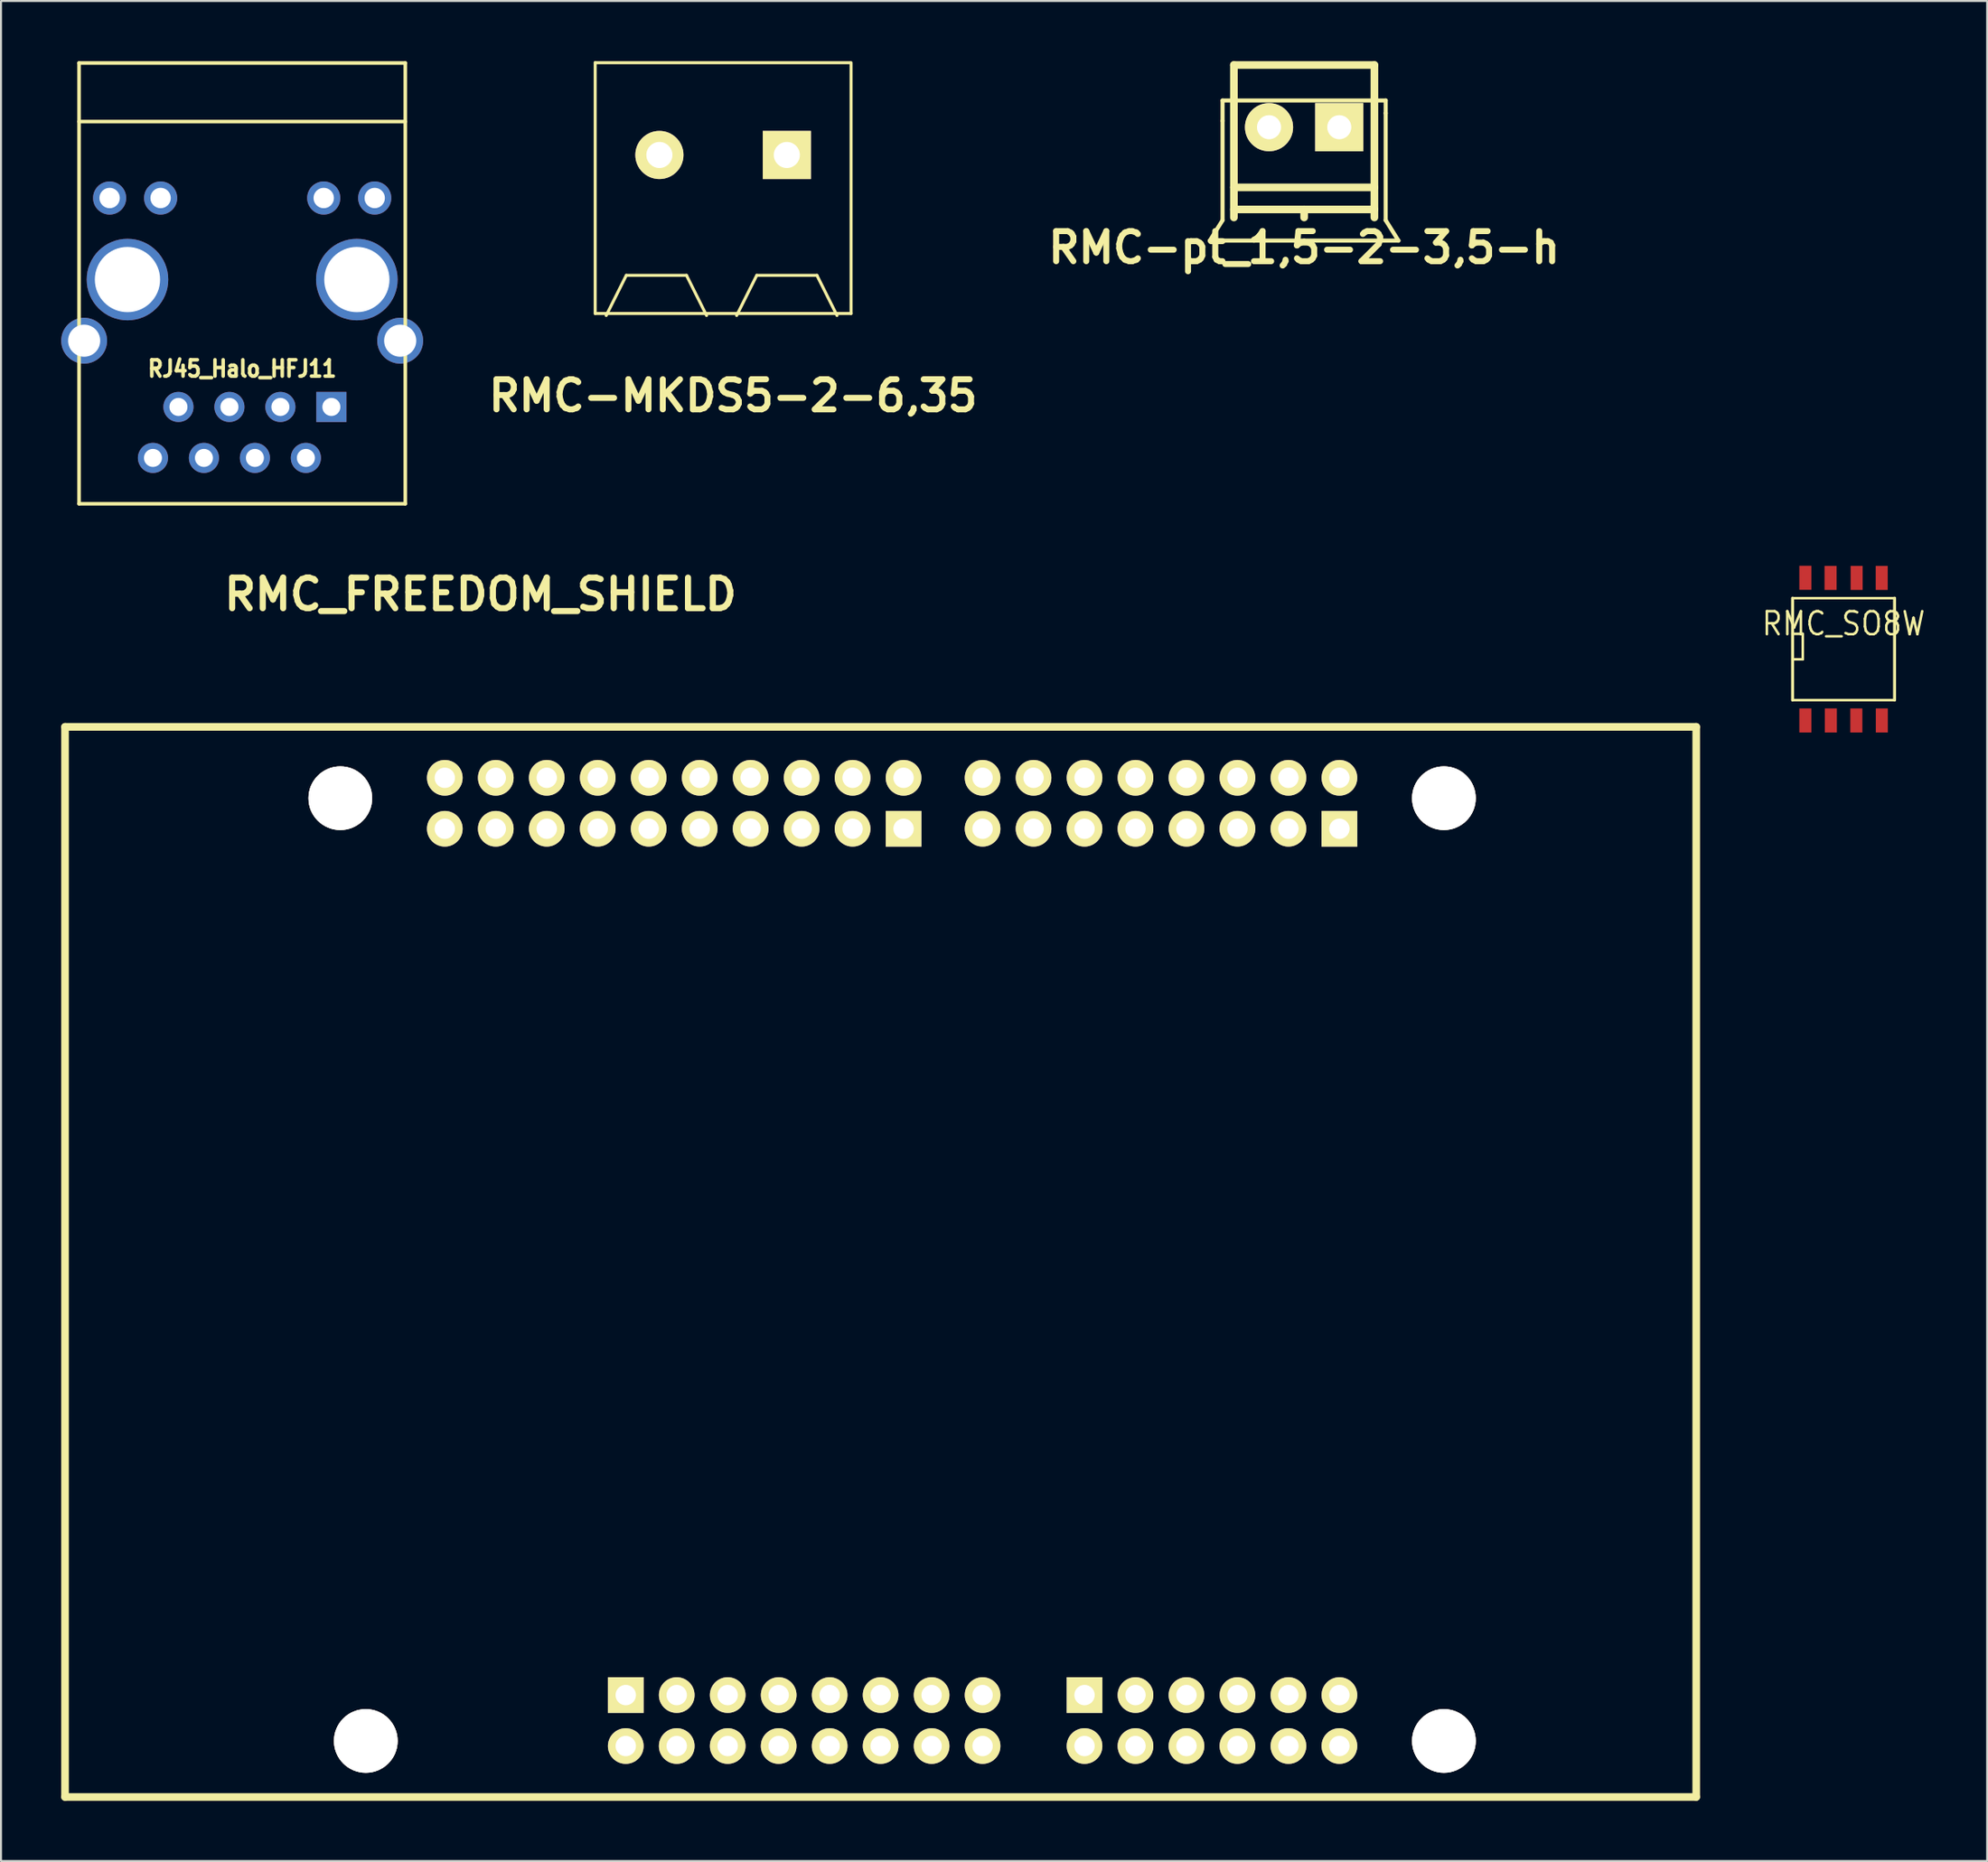
<source format=kicad_pcb>
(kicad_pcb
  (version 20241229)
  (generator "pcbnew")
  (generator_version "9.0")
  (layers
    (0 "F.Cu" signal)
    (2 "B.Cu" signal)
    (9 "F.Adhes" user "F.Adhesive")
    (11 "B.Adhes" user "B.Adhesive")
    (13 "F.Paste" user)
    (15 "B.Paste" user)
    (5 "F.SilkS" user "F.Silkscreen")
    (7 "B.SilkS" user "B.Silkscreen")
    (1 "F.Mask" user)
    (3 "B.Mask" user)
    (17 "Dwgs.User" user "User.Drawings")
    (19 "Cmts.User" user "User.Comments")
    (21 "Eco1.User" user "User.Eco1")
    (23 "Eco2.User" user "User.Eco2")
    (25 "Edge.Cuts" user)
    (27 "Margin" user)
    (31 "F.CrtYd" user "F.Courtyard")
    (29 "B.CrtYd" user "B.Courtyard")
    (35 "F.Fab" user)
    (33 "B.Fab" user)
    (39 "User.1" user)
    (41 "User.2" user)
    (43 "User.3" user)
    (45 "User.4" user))
  (footprint "RMC-MKDS5-2-6,35"
    (layer "F.Cu")
    (at 32.977 4.675)
    (property "Reference" "RMC-MKDS5-2-6,35" (at 0.5 12 0) (layer "F.SilkS") (effects (font (size 1.5 1.5) (thickness 0.3))))
    (attr through_hole)
    (fp_line (start -6.37 -4.6) (end 6.33 -4.6) (stroke (width 0.15) (type solid)) (layer "F.SilkS"))
    (fp_line (start -6.37 7.9) (end -6.37 -4.6) (stroke (width 0.15) (type solid)) (layer "F.SilkS"))
    (fp_line (start -5.82 8) (end -4.82 6) (stroke (width 0.15) (type solid)) (layer "F.SilkS"))
    (fp_line (start -4.82 6) (end -1.82 6) (stroke (width 0.15) (type solid)) (layer "F.SilkS"))
    (fp_line (start -1.82 6) (end -0.82 8) (stroke (width 0.15) (type solid)) (layer "F.SilkS"))
    (fp_line (start 1.68 6) (end 0.68 8) (stroke (width 0.15) (type solid)) (layer "F.SilkS"))
    (fp_line (start 4.68 6) (end 1.68 6) (stroke (width 0.15) (type solid)) (layer "F.SilkS"))
    (fp_line (start 5.68 8) (end 4.68 6) (stroke (width 0.15) (type solid)) (layer "F.SilkS"))
    (fp_line (start 6.38 -4.6) (end 6.38 7.9) (stroke (width 0.15) (type solid)) (layer "F.SilkS"))
    (fp_line (start 6.38 7.9) (end -6.37 7.9) (stroke (width 0.15) (type solid)) (layer "F.SilkS"))
    (pad "1" thru_hole rect (at 3.18 0) (size 2.4 2.4) (drill 1.3) (layers "*.Cu" "*.Mask" "F.SilkS"))
    (pad "2" thru_hole circle (at -3.17 0) (size 2.4 2.4) (drill 1.3) (layers "*.Cu" "*.Mask" "F.SilkS")))
  (footprint "RJ45_Halo_HFJ11"
    (layer "F.Cu")
    (at 9.017 10.884)
    (property "Reference" "RJ45_Halo_HFJ11" (at 0 4.445 0) (layer "F.SilkS") (effects (font (size 0.813 0.711) (thickness 0.178))))
    (attr through_hole)
    (fp_line (start -8.128 -7.874) (end 8.128 -7.874) (stroke (width 0.178) (type solid)) (layer "F.SilkS"))
    (fp_line (start -8.128 11.176) (end -8.128 -10.795) (stroke (width 0.178) (type solid)) (layer "F.SilkS"))
    (fp_line (start -8.128 11.176) (end 8.128 11.176) (stroke (width 0.178) (type solid)) (layer "F.SilkS"))
    (fp_line (start 8.128 -10.795) (end -8.128 -10.795) (stroke (width 0.178) (type solid)) (layer "F.SilkS"))
    (fp_line (start 8.128 11.176) (end 8.128 -10.795) (stroke (width 0.178) (type solid)) (layer "F.SilkS"))
    (pad "1" thru_hole rect (at 4.445 6.35 180) (size 1.501 1.501) (drill 0.899) (layers "*.Cu" "*.Mask"))
    (pad "2" thru_hole circle (at 3.175 8.89 180) (size 1.501 1.501) (drill 0.899) (layers "*.Cu" "*.Mask"))
    (pad "3" thru_hole circle (at 1.905 6.35 180) (size 1.501 1.501) (drill 0.899) (layers "*.Cu" "*.Mask"))
    (pad "4" thru_hole circle (at 0.635 8.89 180) (size 1.501 1.501) (drill 0.899) (layers "*.Cu" "*.Mask"))
    (pad "5" thru_hole circle (at -0.635 6.35 180) (size 1.501 1.501) (drill 0.899) (layers "*.Cu" "*.Mask"))
    (pad "6" thru_hole circle (at -1.905 8.89 180) (size 1.501 1.501) (drill 0.899) (layers "*.Cu" "*.Mask"))
    (pad "7" thru_hole circle (at -3.175 6.35 180) (size 1.501 1.501) (drill 0.899) (layers "*.Cu" "*.Mask"))
    (pad "8" thru_hole circle (at -4.445 8.89 180) (size 1.501 1.501) (drill 0.899) (layers "*.Cu" "*.Mask"))
    (pad "9" thru_hole circle (at 6.604 -4.064 180) (size 1.651 1.651) (drill 1.016) (layers "*.Cu" "*.Mask"))
    (pad "10" thru_hole circle (at 4.064 -4.064 180) (size 1.651 1.651) (drill 1.016) (layers "*.Cu" "*.Mask"))
    (pad "11" thru_hole circle (at -4.064 -4.064 180) (size 1.651 1.651) (drill 1.016) (layers "*.Cu" "*.Mask"))
    (pad "12" thru_hole circle (at -6.604 -4.064 180) (size 1.651 1.651) (drill 1.016) (layers "*.Cu" "*.Mask"))
    (pad "13" thru_hole circle (at -7.874 3.048 180) (size 2.286 2.286) (drill 1.6) (layers "*.Cu" "*.Mask"))
    (pad "13" thru_hole circle (at -5.715 0 180) (size 4.064 4.064) (drill 3.251) (layers "*.Cu" "*.Mask"))
    (pad "13" thru_hole circle (at 5.715 0 180) (size 4.064 4.064) (drill 3.251) (layers "*.Cu" "*.Mask"))
    (pad "13" thru_hole circle (at 7.874 3.048 180) (size 2.286 2.286) (drill 1.6) (layers "*.Cu" "*.Mask")))
  (footprint "RMC-pt_1,5-2-3,5-h"
    (layer "F.Cu")
    (at 61.934 3.99)
    (property "Reference" "RMC-pt_1,5-2-3,5-h" (at 0 5.3 0) (layer "F.SilkS") (effects (font (size 1.5 1.5) (thickness 0.3))))
    (attr through_hole)
    (fp_line (start -4.699 4.953) (end -4.064 3.937) (stroke (width 0.203) (type solid)) (layer "F.SilkS"))
    (fp_line (start -4.064 -2.032) (end -4.064 -1.016) (stroke (width 0.203) (type solid)) (layer "F.SilkS"))
    (fp_line (start -4.064 -1.016) (end -4.064 3.937) (stroke (width 0.203) (type solid)) (layer "F.SilkS"))
    (fp_line (start -3.5 -3.8) (end -3.5 3.8) (stroke (width 0.381) (type solid)) (layer "F.SilkS"))
    (fp_line (start -3.5 2.3) (end 3.5 2.3) (stroke (width 0.381) (type solid)) (layer "F.SilkS"))
    (fp_line (start -3.5 3.4) (end 3.5 3.4) (stroke (width 0.381) (type solid)) (layer "F.SilkS"))
    (fp_line (start 0 3.4) (end 0 3.8) (stroke (width 0.381) (type solid)) (layer "F.SilkS"))
    (fp_line (start 0 4.953) (end -4.699 4.953) (stroke (width 0.203) (type solid)) (layer "F.SilkS"))
    (fp_line (start 0 4.953) (end 4.699 4.953) (stroke (width 0.203) (type solid)) (layer "F.SilkS"))
    (fp_line (start 3.5 -3.8) (end -3.5 -3.8) (stroke (width 0.381) (type solid)) (layer "F.SilkS"))
    (fp_line (start 3.5 3.8) (end 3.5 -3.8) (stroke (width 0.381) (type solid)) (layer "F.SilkS"))
    (fp_line (start 4.064 -2.032) (end -4.064 -2.032) (stroke (width 0.203) (type solid)) (layer "F.SilkS"))
    (fp_line (start 4.064 -1.397) (end 4.064 -2.032) (stroke (width 0.203) (type solid)) (layer "F.SilkS"))
    (fp_line (start 4.064 -1.397) (end 4.064 3.937) (stroke (width 0.203) (type solid)) (layer "F.SilkS"))
    (fp_line (start 4.064 3.937) (end 4.699 4.953) (stroke (width 0.203) (type solid)) (layer "F.SilkS"))
    (pad "1" thru_hole rect (at 1.75 -0.7) (size 2.4 2.4) (drill 1.2) (layers "*.Cu" "*.Mask" "F.SilkS"))
    (pad "2" thru_hole circle (at -1.75 -0.7) (size 2.4 2.4) (drill 1.2) (layers "*.Cu" "*.Mask" "F.SilkS")))
  (footprint "RMC_SO8W"
    (layer "F.Cu")
    (at 88.814 29.305)
    (property "Reference" "RMC_SO8W" (at 0 -1.27 0) (layer "F.SilkS") (effects (font (size 1.143 1.016) (thickness 0.127))))
    (attr smd)
    (fp_line (start -2.54 -2.54) (end 2.54 -2.54) (stroke (width 0.127) (type solid)) (layer "F.SilkS"))
    (fp_line (start -2.54 -0.762) (end -2.032 -0.762) (stroke (width 0.127) (type solid)) (layer "F.SilkS"))
    (fp_line (start -2.54 2.54) (end -2.54 -2.54) (stroke (width 0.15) (type solid)) (layer "F.SilkS"))
    (fp_line (start -2.032 -0.762) (end -2.032 0.508) (stroke (width 0.127) (type solid)) (layer "F.SilkS"))
    (fp_line (start -2.032 0.508) (end -2.54 0.508) (stroke (width 0.127) (type solid)) (layer "F.SilkS"))
    (fp_line (start 2.54 -2.54) (end 2.54 2.54) (stroke (width 0.15) (type solid)) (layer "F.SilkS"))
    (fp_line (start 2.54 2.54) (end -2.54 2.54) (stroke (width 0.127) (type solid)) (layer "F.SilkS"))
    (pad "1" smd rect (at -1.905 3.556) (size 0.6 1.2) (layers "F.Cu" "F.Mask" "F.Paste"))
    (pad "2" smd rect (at -0.635 3.556) (size 0.6 1.2) (layers "F.Cu" "F.Mask" "F.Paste"))
    (pad "3" smd rect (at 0.635 3.556) (size 0.6 1.2) (layers "F.Cu" "F.Mask" "F.Paste"))
    (pad "4" smd rect (at 1.905 3.556) (size 0.6 1.2) (layers "F.Cu" "F.Mask" "F.Paste"))
    (pad "5" smd rect (at 1.9 -3.55) (size 0.6 1.2) (layers "F.Cu" "F.Mask" "F.Paste"))
    (pad "6" smd rect (at 0.65 -3.55) (size 0.6 1.2) (layers "F.Cu" "F.Mask" "F.Paste"))
    (pad "7" smd rect (at -0.65 -3.55) (size 0.6 1.2) (layers "F.Cu" "F.Mask" "F.Paste"))
    (pad "8" smd rect (at -1.905 -3.556) (size 0.6 1.2) (layers "F.Cu" "F.Mask" "F.Paste")))
  (footprint "RMC_FREEDOM_SHIELD"
    (layer "F.Cu")
    (at 15.177 83.725)
    (property "Reference" "RMC_FREEDOM_SHIELD" (at 5.715 -57.15 0) (layer "F.SilkS") (effects (font (size 1.524 1.524) (thickness 0.305))))
    (attr through_hole)
    (fp_line (start -14.986 -50.546) (end 66.294 -50.546) (stroke (width 0.381) (type solid)) (layer "F.SilkS"))
    (fp_line (start -14.986 2.794) (end -14.986 -50.546) (stroke (width 0.381) (type solid)) (layer "F.SilkS"))
    (fp_line (start -14.986 2.794) (end 66.294 2.794) (stroke (width 0.381) (type solid)) (layer "F.SilkS"))
    (fp_line (start 66.294 2.794) (end 66.294 -50.546) (stroke (width 0.381) (type solid)) (layer "F.SilkS"))
    (pad "" thru_hole circle (at -1.27 -46.99 90) (size 3.175 3.175) (drill 3.175) (layers "*.Cu" "*.Mask" "F.SilkS"))
    (pad "" thru_hole circle (at 0 0 90) (size 3.175 3.175) (drill 3.175) (layers "*.Cu" "*.Mask" "F.SilkS"))
    (pad "" thru_hole circle (at 53.721 -46.99 90) (size 3.175 3.175) (drill 3.175) (layers "*.Cu" "*.Mask" "F.SilkS"))
    (pad "" thru_hole circle (at 53.721 0 90) (size 3.175 3.175) (drill 3.175) (layers "*.Cu" "*.Mask" "F.SilkS"))
    (pad "1" thru_hole circle (at 45.974 -48.006 90) (size 1.778 1.778) (drill 1.016) (layers "*.Cu" "*.Mask" "F.SilkS"))
    (pad "2" thru_hole circle (at 43.434 -48.006 90) (size 1.778 1.778) (drill 1.016) (layers "*.Cu" "*.Mask" "F.SilkS"))
    (pad "3" thru_hole circle (at 40.894 -48.006 90) (size 1.778 1.778) (drill 1.016) (layers "*.Cu" "*.Mask" "F.SilkS"))
    (pad "3V3" thru_hole circle (at 20.574 0.254 90) (size 1.778 1.778) (drill 1.016) (layers "*.Cu" "*.Mask" "F.SilkS"))
    (pad "4" thru_hole circle (at 38.354 -48.006 90) (size 1.778 1.778) (drill 1.016) (layers "*.Cu" "*.Mask" "F.SilkS"))
    (pad "5" thru_hole circle (at 35.814 -48.006 90) (size 1.778 1.778) (drill 1.016) (layers "*.Cu" "*.Mask" "F.SilkS"))
    (pad "5V" thru_hole circle (at 23.114 0.254 90) (size 1.778 1.778) (drill 1.016) (layers "*.Cu" "*.Mask" "F.SilkS"))
    (pad "6" thru_hole circle (at 33.274 -48.006 90) (size 1.778 1.778) (drill 1.016) (layers "*.Cu" "*.Mask" "F.SilkS"))
    (pad "7" thru_hole circle (at 30.734 -48.006 90) (size 1.778 1.778) (drill 1.016) (layers "*.Cu" "*.Mask" "F.SilkS"))
    (pad "8" thru_hole circle (at 26.797 -48.006 90) (size 1.778 1.778) (drill 1.016) (layers "*.Cu" "*.Mask" "F.SilkS"))
    (pad "9" thru_hole circle (at 24.257 -48.006 90) (size 1.778 1.778) (drill 1.016) (layers "*.Cu" "*.Mask" "F.SilkS"))
    (pad "10" thru_hole circle (at 21.717 -48.006 90) (size 1.778 1.778) (drill 1.016) (layers "*.Cu" "*.Mask" "F.SilkS"))
    (pad "11" thru_hole circle (at 19.177 -48.006 90) (size 1.778 1.778) (drill 1.016) (layers "*.Cu" "*.Mask" "F.SilkS"))
    (pad "12" thru_hole circle (at 16.637 -48.006 90) (size 1.778 1.778) (drill 1.016) (layers "*.Cu" "*.Mask" "F.SilkS"))
    (pad "13" thru_hole circle (at 14.097 -48.006 90) (size 1.778 1.778) (drill 1.016) (layers "*.Cu" "*.Mask" "F.SilkS"))
    (pad "21" thru_hole circle (at 45.974 -45.466 90) (size 1.778 1.778) (drill 1.016) (layers "*.Cu" "*.Mask" "F.SilkS"))
    (pad "22" thru_hole circle (at 43.434 -45.466 90) (size 1.778 1.778) (drill 1.016) (layers "*.Cu" "*.Mask" "F.SilkS"))
    (pad "23" thru_hole circle (at 40.894 -45.466 90) (size 1.778 1.778) (drill 1.016) (layers "*.Cu" "*.Mask" "F.SilkS"))
    (pad "24" thru_hole circle (at 38.354 -45.466 90) (size 1.778 1.778) (drill 1.016) (layers "*.Cu" "*.Mask" "F.SilkS"))
    (pad "25" thru_hole circle (at 35.814 -45.466 90) (size 1.778 1.778) (drill 1.016) (layers "*.Cu" "*.Mask" "F.SilkS"))
    (pad "26" thru_hole circle (at 33.274 -45.466 90) (size 1.778 1.778) (drill 1.016) (layers "*.Cu" "*.Mask" "F.SilkS"))
    (pad "27" thru_hole circle (at 30.734 -45.466 90) (size 1.778 1.778) (drill 1.016) (layers "*.Cu" "*.Mask" "F.SilkS"))
    (pad "28" thru_hole rect (at 26.797 -45.466 90) (size 1.778 1.778) (drill 1.016) (layers "*.Cu" "*.Mask" "F.SilkS"))
    (pad "29" thru_hole circle (at 24.257 -45.466 90) (size 1.778 1.778) (drill 1.016) (layers "*.Cu" "*.Mask" "F.SilkS"))
    (pad "30" thru_hole circle (at 21.717 -45.466 90) (size 1.778 1.778) (drill 1.016) (layers "*.Cu" "*.Mask" "F.SilkS"))
    (pad "31" thru_hole circle (at 19.177 -45.466 90) (size 1.778 1.778) (drill 1.016) (layers "*.Cu" "*.Mask" "F.SilkS"))
    (pad "32" thru_hole circle (at 16.637 -45.466 90) (size 1.778 1.778) (drill 1.016) (layers "*.Cu" "*.Mask" "F.SilkS"))
    (pad "33" thru_hole circle (at 14.097 -45.466 90) (size 1.778 1.778) (drill 1.016) (layers "*.Cu" "*.Mask" "F.SilkS"))
    (pad "34" thru_hole circle (at 11.557 -45.466 90) (size 1.778 1.778) (drill 1.016) (layers "*.Cu" "*.Mask" "F.SilkS"))
    (pad "35" thru_hole circle (at 9.017 -45.466 90) (size 1.778 1.778) (drill 1.016) (layers "*.Cu" "*.Mask" "F.SilkS"))
    (pad "36" thru_hole circle (at 6.477 -45.466 90) (size 1.778 1.778) (drill 1.016) (layers "*.Cu" "*.Mask" "F.SilkS"))
    (pad "37" thru_hole circle (at 3.937 -45.466 90) (size 1.778 1.778) (drill 1.016) (layers "*.Cu" "*.Mask" "F.SilkS"))
    (pad "40" thru_hole circle (at 48.514 -2.286 90) (size 1.778 1.778) (drill 1.016) (layers "*.Cu" "*.Mask" "F.SilkS"))
    (pad "41" thru_hole circle (at 45.974 -2.286 90) (size 1.778 1.778) (drill 1.016) (layers "*.Cu" "*.Mask" "F.SilkS"))
    (pad "42" thru_hole circle (at 43.434 -2.286 90) (size 1.778 1.778) (drill 1.016) (layers "*.Cu" "*.Mask" "F.SilkS"))
    (pad "43" thru_hole circle (at 40.894 -2.286 90) (size 1.778 1.778) (drill 1.016) (layers "*.Cu" "*.Mask" "F.SilkS"))
    (pad "44" thru_hole circle (at 38.354 -2.286 90) (size 1.778 1.778) (drill 1.016) (layers "*.Cu" "*.Mask" "F.SilkS"))
    (pad "45" thru_hole rect (at 35.814 -2.286 90) (size 1.778 1.778) (drill 1.016) (layers "*.Cu" "*.Mask" "F.SilkS"))
    (pad "46" thru_hole circle (at 30.734 -2.286 90) (size 1.778 1.778) (drill 1.016) (layers "*.Cu" "*.Mask" "F.SilkS"))
    (pad "47" thru_hole circle (at 28.194 -2.286 90) (size 1.778 1.778) (drill 1.016) (layers "*.Cu" "*.Mask" "F.SilkS"))
    (pad "48" thru_hole circle (at 25.654 -2.286 90) (size 1.778 1.778) (drill 1.016) (layers "*.Cu" "*.Mask" "F.SilkS"))
    (pad "49" thru_hole circle (at 23.114 -2.286 90) (size 1.778 1.778) (drill 1.016) (layers "*.Cu" "*.Mask" "F.SilkS"))
    (pad "50" thru_hole circle (at 20.574 -2.286 90) (size 1.778 1.778) (drill 1.016) (layers "*.Cu" "*.Mask" "F.SilkS"))
    (pad "51" thru_hole circle (at 18.034 -2.286 90) (size 1.778 1.778) (drill 1.016) (layers "*.Cu" "*.Mask" "F.SilkS"))
    (pad "52" thru_hole circle (at 15.494 -2.286 90) (size 1.778 1.778) (drill 1.016) (layers "*.Cu" "*.Mask" "F.SilkS"))
    (pad "53" thru_hole rect (at 12.954 -2.286 90) (size 1.778 1.778) (drill 1.016) (layers "*.Cu" "*.Mask" "F.SilkS"))
    (pad "AD0" thru_hole circle (at 35.814 0.254 90) (size 1.778 1.778) (drill 1.016) (layers "*.Cu" "*.Mask" "F.SilkS"))
    (pad "AD1" thru_hole circle (at 38.354 0.254 90) (size 1.778 1.778) (drill 1.016) (layers "*.Cu" "*.Mask" "F.SilkS"))
    (pad "AD2" thru_hole circle (at 40.894 0.254 90) (size 1.778 1.778) (drill 1.016) (layers "*.Cu" "*.Mask" "F.SilkS"))
    (pad "AD3" thru_hole circle (at 43.434 0.254 90) (size 1.778 1.778) (drill 1.016) (layers "*.Cu" "*.Mask" "F.SilkS"))
    (pad "AD4" thru_hole circle (at 45.974 0.254 90) (size 1.778 1.778) (drill 1.016) (layers "*.Cu" "*.Mask" "F.SilkS"))
    (pad "AD5" thru_hole circle (at 48.514 0.254 90) (size 1.778 1.778) (drill 1.016) (layers "*.Cu" "*.Mask" "F.SilkS"))
    (pad "AREF" thru_hole circle (at 9.017 -48.006 90) (size 1.778 1.778) (drill 1.016) (layers "*.Cu" "*.Mask" "F.SilkS"))
    (pad "GND1" thru_hole circle (at 25.654 0.254 90) (size 1.778 1.778) (drill 1.016) (layers "*.Cu" "*.Mask" "F.SilkS"))
    (pad "GND2" thru_hole circle (at 28.194 0.254 90) (size 1.778 1.778) (drill 1.016) (layers "*.Cu" "*.Mask" "F.SilkS"))
    (pad "GND3" thru_hole circle (at 11.557 -48.006 90) (size 1.778 1.778) (drill 1.016) (layers "*.Cu" "*.Mask" "F.SilkS"))
    (pad "IORF" thru_hole circle (at 15.494 0.254 90) (size 1.778 1.778) (drill 1.016) (layers "*.Cu" "*.Mask" "F.SilkS"))
    (pad "J1-1" thru_hole rect (at 48.514 -45.466 90) (size 1.778 1.778) (drill 1.016) (layers "*.Cu" "*.Mask" "F.SilkS"))
    (pad "J1-2" thru_hole circle (at 48.514 -48.006 90) (size 1.778 1.778) (drill 1.016) (layers "*.Cu" "*.Mask" "F.SilkS"))
    (pad "NC" thru_hole circle (at 12.954 0.254 90) (size 1.778 1.778) (drill 1.016) (layers "*.Cu" "*.Mask" "F.SilkS"))
    (pad "RST" thru_hole circle (at 18.034 0.254 90) (size 1.778 1.778) (drill 1.016) (layers "*.Cu" "*.Mask" "F.SilkS"))
    (pad "SCL" thru_hole circle (at 3.937 -48.006 90) (size 1.778 1.778) (drill 1.016) (layers "*.Cu" "*.Mask" "F.SilkS"))
    (pad "SDA" thru_hole circle (at 6.477 -48.006 90) (size 1.778 1.778) (drill 1.016) (layers "*.Cu" "*.Mask" "F.SilkS"))
    (pad "V_IN" thru_hole circle (at 30.734 0.254 90) (size 1.778 1.778) (drill 1.016) (layers "*.Cu" "*.Mask" "F.SilkS")))
  (gr_rect
    (start -3 -3)
    (end 95.967 89.71)
    (stroke (width 0.1) (type default))
    (fill no)
    (layer "Edge.Cuts")))
</source>
